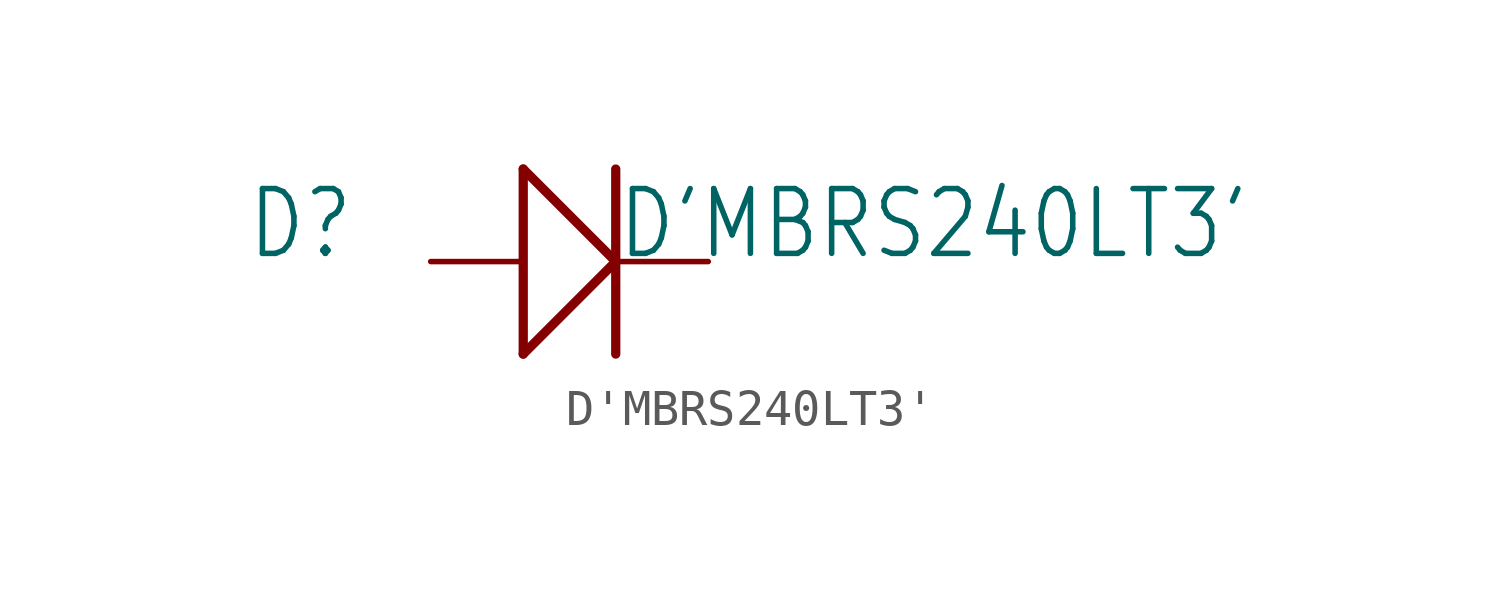
<source format=kicad_sym>
(kicad_symbol_lib
  (version 20211014)
  (generator kicad_symbol_editor)
  (symbol "D'MBRS240LT3'"
    (property "Reference" "D"
      (at -8.89 0 0)
      (effects (font (size 1.778 1.511)) (justify left bottom)))
    (property "Value" "D'MBRS240LT3'"
      (at 1.27 0 0)
      (effects (font (size 1.778 1.511)) (justify left bottom)))
    (property "ki_locked" ""
      (at 0 0 0)
      (effects (font (size 1.27 1.27))))
    (symbol "D'MBRS240LT3'_1_0"
      (polyline (pts (xy -1.27 -2.54) (xy -1.27 2.54)) (stroke (width 0.254) (type default) (color 0 0 0 0)) (fill (type none)))
      (polyline (pts (xy -1.27 -2.54) (xy 1.27 0)) (stroke (width 0.254) (type default) (color 0 0 0 0)) (fill (type none)))
      (polyline (pts (xy -1.27 2.54) (xy 1.27 0)) (stroke (width 0.254) (type default) (color 0 0 0 0)) (fill (type none)))
      (polyline (pts (xy 1.27 2.54) (xy 1.27 -2.54)) (stroke (width 0.254) (type default) (color 0 0 0 0)) (fill (type none)))
      (pin passive line (at -3.81 0 0) (length 2.54) (name "+" (effects (font (size 0 0)))) (number "+" (effects (font (size 0 0)))))
      (pin passive line (at 3.81 0 180) (length 2.54) (name "-" (effects (font (size 0 0)))) (number "-" (effects (font (size 0 0))))))))
</source>
